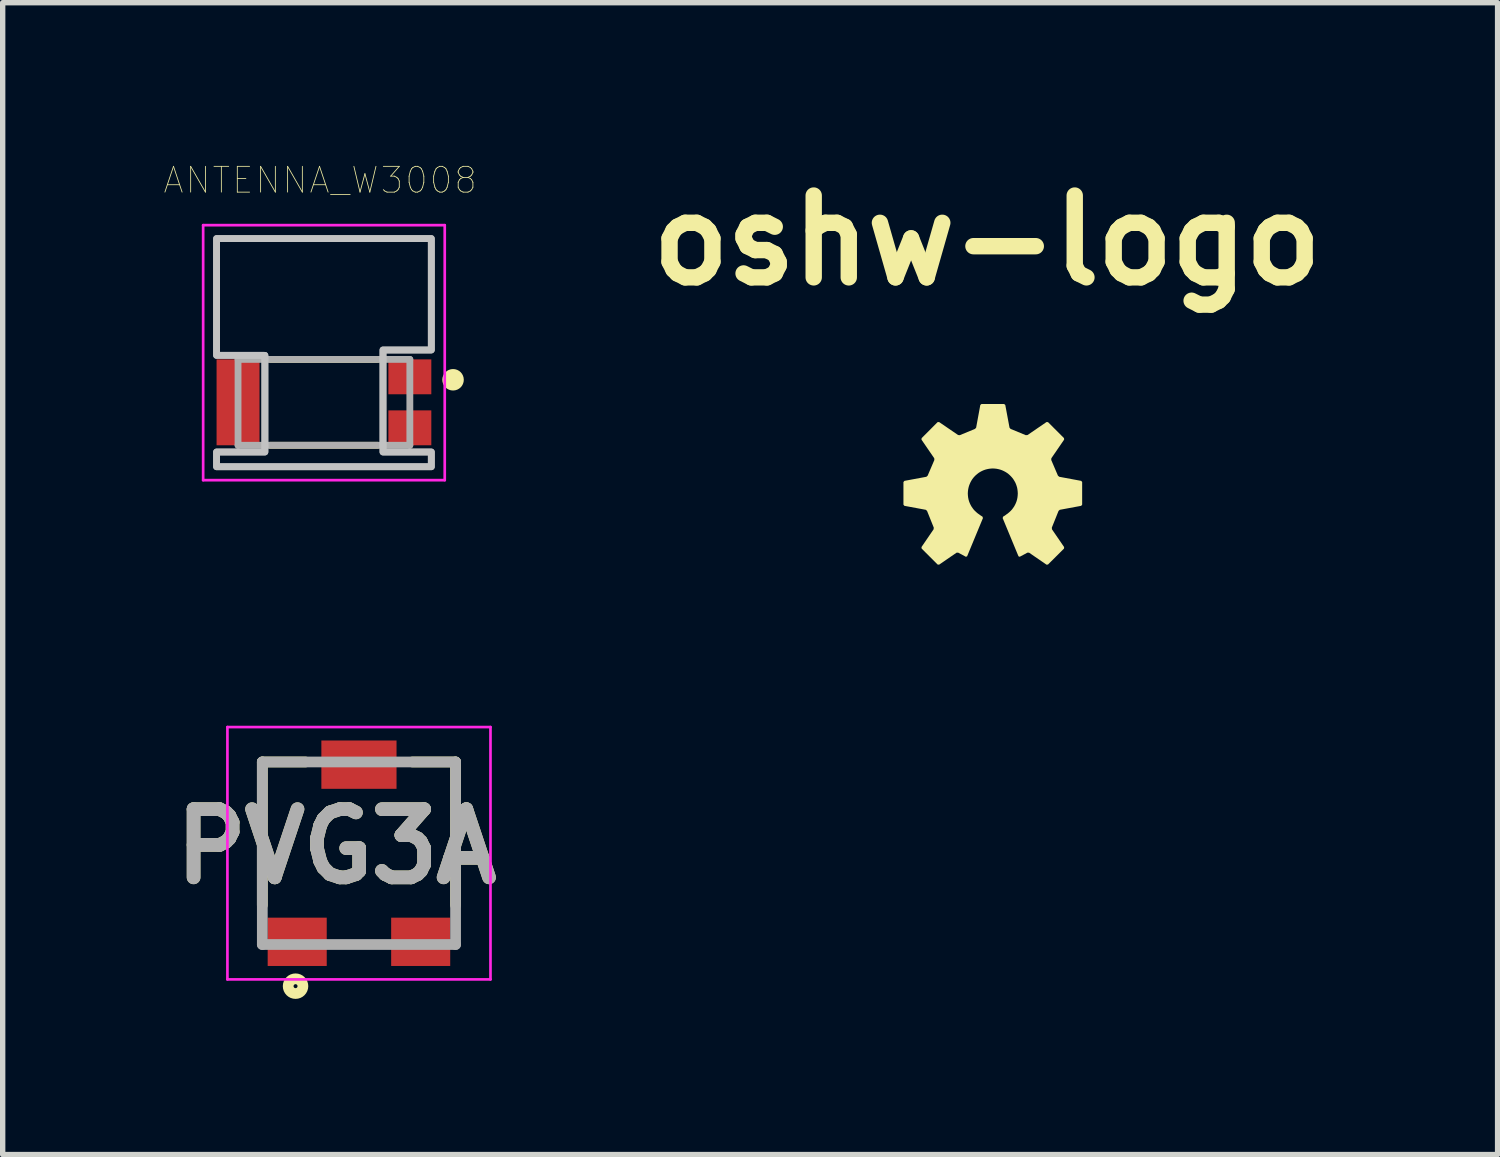
<source format=kicad_pcb>
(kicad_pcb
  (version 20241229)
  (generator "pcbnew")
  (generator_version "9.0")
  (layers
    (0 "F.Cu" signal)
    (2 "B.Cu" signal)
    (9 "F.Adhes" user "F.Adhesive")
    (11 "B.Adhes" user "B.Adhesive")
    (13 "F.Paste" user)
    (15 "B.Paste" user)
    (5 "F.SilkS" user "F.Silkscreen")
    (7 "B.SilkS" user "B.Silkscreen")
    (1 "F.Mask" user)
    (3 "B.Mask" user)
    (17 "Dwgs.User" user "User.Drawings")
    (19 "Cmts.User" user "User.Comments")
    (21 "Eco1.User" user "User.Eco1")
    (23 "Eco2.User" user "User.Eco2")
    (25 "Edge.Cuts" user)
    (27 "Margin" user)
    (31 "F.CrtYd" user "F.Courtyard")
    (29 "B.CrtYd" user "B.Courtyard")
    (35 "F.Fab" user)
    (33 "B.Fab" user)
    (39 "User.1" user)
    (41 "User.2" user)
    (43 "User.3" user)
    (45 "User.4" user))
  (footprint "ANTENNA_W3008"
    (layer "F.Cu")
    (at 2.984 4.444)
    (property "Reference" "ANTENNA_W3008" (at -0.071 -4.137 0) (layer "F.SilkS") (effects (font (size 0.48 0.48) (thickness 0.015))))
    (attr through_hole)
    (fp_line (start -1 -0.8) (end 1 -0.8) (stroke (width 0.127) (type solid)) (layer "F.SilkS"))
    (fp_line (start -1 0.8) (end 1 0.8) (stroke (width 0.127) (type solid)) (layer "F.SilkS"))
    (fp_circle (center 2.405 -0.42) (end 2.505 -0.42) (stroke (width 0.2) (type solid)) (fill no) (layer "F.SilkS"))
    (fp_poly (pts (xy -2 1.2) (xy -2 0.925) (xy -1.1 0.925) (xy -1.1 -0.875) (xy -2 -0.875) (xy -2 -3.05) (xy 2 -3.05) (xy 2 -0.975) (xy 1.1 -0.975) (xy 1.1 0.925) (xy 2 0.925) (xy 2 1.2)) (stroke (width 0.127) (type solid)) (fill no) (layer "Dwgs.User"))
    (fp_poly (pts (xy -2 1.2) (xy 2 1.2) (xy 2 0.925) (xy 1.1 0.925) (xy 1.1 -0.975) (xy 2 -0.975) (xy 2 -3.05) (xy -2 -3.05) (xy -2 -0.875) (xy -1.1 -0.875) (xy -1.1 0.925) (xy -2 0.925)) (stroke (width 0.127) (type solid)) (fill no) (layer "Dwgs.User"))
    (fp_line (start -2.25 -3.3) (end -2.25 1.45) (stroke (width 0.05) (type solid)) (layer "F.CrtYd"))
    (fp_line (start -2.25 1.45) (end 2.25 1.45) (stroke (width 0.05) (type solid)) (layer "F.CrtYd"))
    (fp_line (start 2.25 -3.3) (end -2.25 -3.3) (stroke (width 0.05) (type solid)) (layer "F.CrtYd"))
    (fp_line (start 2.25 1.45) (end 2.25 -3.3) (stroke (width 0.05) (type solid)) (layer "F.CrtYd"))
    (fp_line (start -1.6 -0.8) (end 1.6 -0.8) (stroke (width 0.127) (type solid)) (layer "F.Fab"))
    (fp_line (start -1.6 0.8) (end -1.6 -0.8) (stroke (width 0.127) (type solid)) (layer "F.Fab"))
    (fp_line (start 1.6 -0.8) (end 1.6 0.8) (stroke (width 0.127) (type solid)) (layer "F.Fab"))
    (fp_line (start 1.6 0.8) (end -1.6 0.8) (stroke (width 0.127) (type solid)) (layer "F.Fab"))
    (pad "1" smd rect (at -1.6 0) (size 0.8 1.6) (layers "F.Cu" "F.Mask" "F.Paste"))
    (pad "1" smd rect (at 1.6 0.475) (size 0.8 0.65) (layers "F.Cu" "F.Mask" "F.Paste"))
    (pad "2" smd rect (at 1.6 -0.475) (size 0.8 0.65) (layers "F.Cu" "F.Mask" "F.Paste")))
  (footprint "oshw-logo"
    (layer "F.Cu")
    (at 15.336 6.903)
    (property "Reference" "oshw-logo" (at 0 -5.476 0) (layer "F.SilkS") (effects (font (size 1.524 1.524) (thickness 0.305))))
    (attr smd)
    (fp_poly (pts (xy 1.753 -0.996) (xy 1.345 -1.072) (xy 1.32 -1.093) (xy 1.195 -1.385) (xy 1.197 -1.417) (xy 1.435 -1.764) (xy 1.433 -1.792) (xy 1.135 -2.09) (xy 1.107 -2.092) (xy 0.754 -1.85) (xy 0.722 -1.847) (xy 0.438 -1.964) (xy 0.418 -1.987) (xy 0.339 -2.41) (xy 0.317 -2.428) (xy -0.104 -2.428) (xy -0.126 -2.41) (xy -0.204 -1.987) (xy -0.225 -1.964) (xy -0.509 -1.847) (xy -0.54 -1.85) (xy -0.894 -2.092) (xy -0.922 -2.09) (xy -1.219 -1.792) (xy -1.222 -1.764) (xy -0.984 -1.417) (xy -0.982 -1.385) (xy -1.107 -1.093) (xy -1.131 -1.072) (xy -1.54 -0.996) (xy -1.558 -0.974) (xy -1.558 -0.553) (xy -1.54 -0.531) (xy -1.141 -0.457) (xy -1.118 -0.436) (xy -0.993 -0.125) (xy -0.996 -0.094) (xy -1.222 0.237) (xy -1.219 0.265) (xy -0.922 0.562) (xy -0.894 0.565) (xy -0.569 0.342) (xy -0.538 0.341) (xy -0.395 0.418) (xy -0.372 0.409) (xy -0.077 -0.303) (xy -0.086 -0.33) (xy -0.121 -0.352) (xy -0.144 -0.369) (xy -0.173 -0.389) (xy -0.2 -0.412) (xy -0.226 -0.436) (xy -0.25 -0.462) (xy -0.271 -0.49) (xy -0.291 -0.519) (xy -0.308 -0.55) (xy -0.323 -0.582) (xy -0.336 -0.616) (xy -0.346 -0.651) (xy -0.353 -0.687) (xy -0.357 -0.724) (xy -0.359 -0.761) (xy -0.357 -0.798) (xy -0.353 -0.833) (xy -0.346 -0.868) (xy -0.337 -0.902) (xy -0.325 -0.934) (xy -0.311 -0.966) (xy -0.295 -0.996) (xy -0.277 -1.025) (xy -0.257 -1.052) (xy -0.234 -1.078) (xy -0.21 -1.102) (xy -0.184 -1.124) (xy -0.157 -1.145) (xy -0.128 -1.163) (xy -0.098 -1.179) (xy -0.067 -1.193) (xy -0.034 -1.205) (xy -0.000107 -1.214) (xy 0.035 -1.221) (xy 0.07 -1.225) (xy 0.107 -1.227) (xy 0.143 -1.225) (xy 0.179 -1.221) (xy 0.213 -1.214) (xy 0.247 -1.205) (xy 0.28 -1.193) (xy 0.311 -1.179) (xy 0.341 -1.163) (xy 0.37 -1.145) (xy 0.398 -1.124) (xy 0.423 -1.102) (xy 0.447 -1.078) (xy 0.47 -1.052) (xy 0.49 -1.025) (xy 0.508 -0.996) (xy 0.525 -0.966) (xy 0.539 -0.934) (xy 0.55 -0.902) (xy 0.56 -0.868) (xy 0.566 -0.833) (xy 0.57 -0.798) (xy 0.572 -0.761) (xy 0.57 -0.724) (xy 0.566 -0.687) (xy 0.559 -0.651) (xy 0.549 -0.616) (xy 0.536 -0.582) (xy 0.521 -0.55) (xy 0.504 -0.519) (xy 0.484 -0.49) (xy 0.463 -0.462) (xy 0.439 -0.436) (xy 0.413 -0.412) (xy 0.386 -0.389) (xy 0.357 -0.369) (xy 0.335 -0.352) (xy 0.299 -0.33) (xy 0.29 -0.303) (xy 0.585 0.409) (xy 0.608 0.418) (xy 0.751 0.341) (xy 0.783 0.342) (xy 1.107 0.565) (xy 1.135 0.562) (xy 1.433 0.265) (xy 1.435 0.237) (xy 1.209 -0.093) (xy 1.206 -0.125) (xy 1.331 -0.436) (xy 1.354 -0.457) (xy 1.753 -0.531) (xy 1.771 -0.553) (xy 1.771 -0.974) (xy 1.753 -0.996)) (stroke (width 0) (type solid)) (fill yes) (layer "F.SilkS")))
  (footprint "PVG3A"
    (layer "F.Cu")
    (at 3.636 12.843)
    (property "Reference" "PVG3A" (at -0.419 -0.125 0) (layer "F.SilkS") (effects (font (size 1.27 1.27) (thickness 0.254))))
    (attr smd)
    (fp_line (start -1.8 -1.7) (end -1.8 0.966) (stroke (width 0.2) (type solid)) (layer "F.SilkS"))
    (fp_line (start -1.8 -1.7) (end -0.996 -1.7) (stroke (width 0.2) (type solid)) (layer "F.SilkS"))
    (fp_line (start 1.8 -1.7) (end 0.996 -1.7) (stroke (width 0.2) (type solid)) (layer "F.SilkS"))
    (fp_line (start 1.8 -1.7) (end 1.8 0.966) (stroke (width 0.2) (type solid)) (layer "F.SilkS"))
    (fp_circle (center -1.181 2.476) (end -1.181 2.513) (stroke (width 0.2) (type solid)) (fill no) (layer "F.SilkS"))
    (fp_line (start -2.45 -2.35) (end 2.45 -2.35) (stroke (width 0.05) (type solid)) (layer "F.CrtYd"))
    (fp_line (start -2.45 2.35) (end -2.45 -2.35) (stroke (width 0.05) (type solid)) (layer "F.CrtYd"))
    (fp_line (start 2.45 -2.35) (end 2.45 2.35) (stroke (width 0.05) (type solid)) (layer "F.CrtYd"))
    (fp_line (start 2.45 2.35) (end -2.45 2.35) (stroke (width 0.05) (type solid)) (layer "F.CrtYd"))
    (fp_line (start -1.8 -1.7) (end 1.8 -1.7) (stroke (width 0.2) (type solid)) (layer "F.Fab"))
    (fp_line (start -1.8 1.7) (end -1.8 -1.7) (stroke (width 0.2) (type solid)) (layer "F.Fab"))
    (fp_line (start 1.8 -1.7) (end 1.8 1.7) (stroke (width 0.2) (type solid)) (layer "F.Fab"))
    (fp_line (start 1.8 1.7) (end -1.8 1.7) (stroke (width 0.2) (type solid)) (layer "F.Fab"))
    (fp_text user "${REFERENCE}" (at -0.419 -0.125 0) (layer "F.Fab") (effects (font (size 1.27 1.27) (thickness 0.254))))
    (pad "1" smd rect (at -1.15 1.65 90) (size 0.9 1.1) (layers "F.Cu" "F.Mask" "F.Paste"))
    (pad "2" smd rect (at 0 -1.65 90) (size 0.9 1.4) (layers "F.Cu" "F.Mask" "F.Paste"))
    (pad "3" smd rect (at 1.15 1.65 90) (size 0.9 1.1) (layers "F.Cu" "F.Mask" "F.Paste")))
  (gr_rect
    (start -3 -3)
    (end 24.845 18.456)
    (stroke (width 0.1) (type default))
    (fill no)
    (layer "Edge.Cuts")))
</source>
